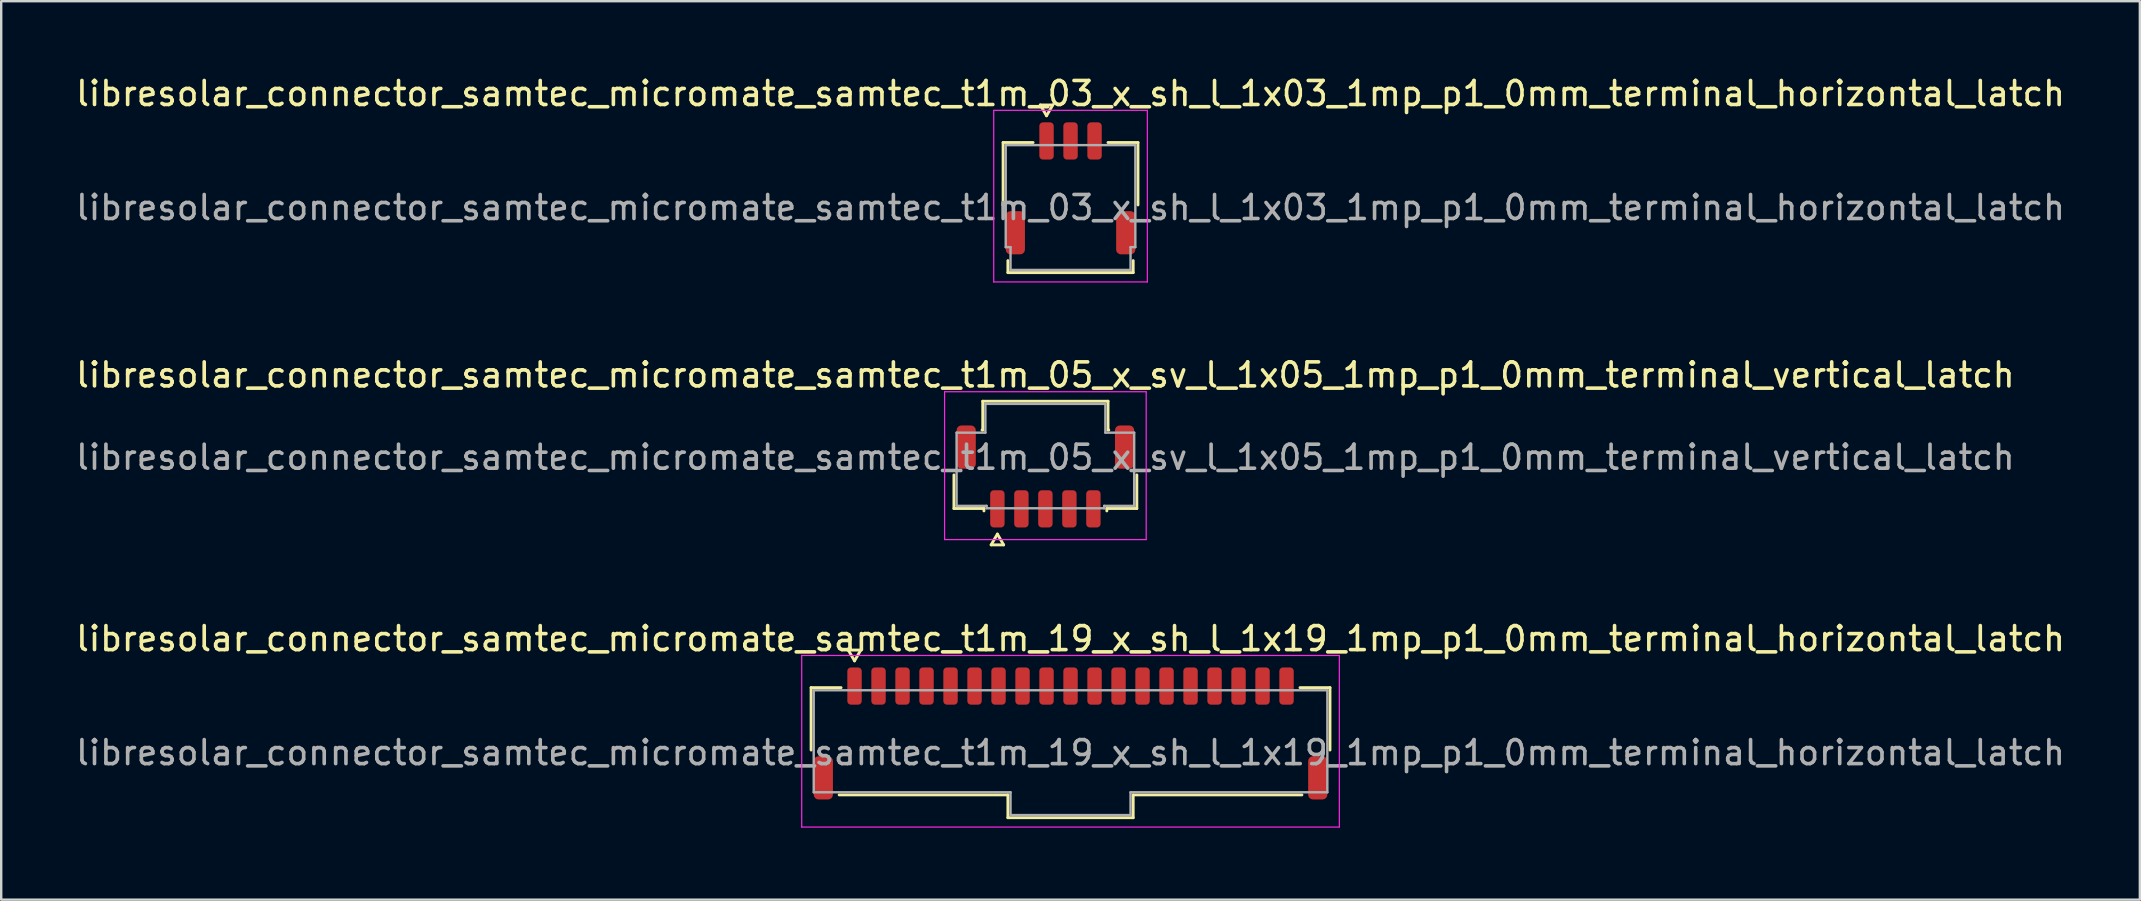
<source format=kicad_pcb>
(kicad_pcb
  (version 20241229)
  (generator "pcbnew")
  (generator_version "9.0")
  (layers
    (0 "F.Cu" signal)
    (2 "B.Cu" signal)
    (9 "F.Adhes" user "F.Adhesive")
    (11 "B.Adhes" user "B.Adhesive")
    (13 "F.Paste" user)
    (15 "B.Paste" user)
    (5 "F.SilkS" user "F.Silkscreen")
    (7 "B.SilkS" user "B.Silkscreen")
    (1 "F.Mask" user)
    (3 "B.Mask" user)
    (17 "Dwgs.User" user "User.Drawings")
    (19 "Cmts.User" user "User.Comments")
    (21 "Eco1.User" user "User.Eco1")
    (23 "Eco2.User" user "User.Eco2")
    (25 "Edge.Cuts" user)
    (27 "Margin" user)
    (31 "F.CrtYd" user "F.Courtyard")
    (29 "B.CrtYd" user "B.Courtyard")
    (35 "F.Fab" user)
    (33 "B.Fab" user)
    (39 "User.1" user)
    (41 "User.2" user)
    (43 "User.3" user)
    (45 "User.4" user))
  (footprint "libresolar_connector_samtec_micromate_samtec_t1m_03_x_sh_l_1x03_1mp_p1_0mm_terminal_horizontal_latch"
    (layer "F.Cu")
    (at 41.554 5.598)
    (property "Reference" "libresolar_connector_samtec_micromate_samtec_t1m_03_x_sh_l_1x03_1mp_p1_0mm_terminal_horizontal_latch" (at 0 -4.75 0) (layer "F.SilkS") (effects (font (size 1 1) (thickness 0.15))))
    (attr smd)
    (fp_line (start -2.81 -2.71) (end -1.56 -2.71) (stroke (width 0.12) (type solid)) (layer "F.SilkS"))
    (fp_line (start -2.81 -0.11) (end -2.81 -2.71) (stroke (width 0.12) (type solid)) (layer "F.SilkS"))
    (fp_line (start -2.61 2.71) (end -2.61 2.21) (stroke (width 0.12) (type solid)) (layer "F.SilkS"))
    (fp_line (start -1.26 -4.275) (end -1 -3.825) (stroke (width 0.12) (type solid)) (layer "F.SilkS"))
    (fp_line (start -1 -3.825) (end -0.74 -4.275) (stroke (width 0.12) (type solid)) (layer "F.SilkS"))
    (fp_line (start -0.74 -4.275) (end -1.26 -4.275) (stroke (width 0.12) (type solid)) (layer "F.SilkS"))
    (fp_line (start 1.56 -2.71) (end 2.81 -2.71) (stroke (width 0.12) (type solid)) (layer "F.SilkS"))
    (fp_line (start 2.61 2.21) (end 2.61 2.71) (stroke (width 0.12) (type solid)) (layer "F.SilkS"))
    (fp_line (start 2.61 2.71) (end -2.61 2.71) (stroke (width 0.12) (type solid)) (layer "F.SilkS"))
    (fp_line (start 2.81 -2.71) (end 2.81 -0.11) (stroke (width 0.12) (type solid)) (layer "F.SilkS"))
    (fp_line (start -3.2 -4.05) (end -3.2 3.1) (stroke (width 0.05) (type solid)) (layer "F.CrtYd"))
    (fp_line (start -3.2 3.1) (end 3.2 3.1) (stroke (width 0.05) (type solid)) (layer "F.CrtYd"))
    (fp_line (start 3.2 -4.05) (end -3.2 -4.05) (stroke (width 0.05) (type solid)) (layer "F.CrtYd"))
    (fp_line (start 3.2 3.1) (end 3.2 -4.05) (stroke (width 0.05) (type solid)) (layer "F.CrtYd"))
    (fp_line (start -2.7 -2.6) (end 2.7 -2.6) (stroke (width 0.1) (type solid)) (layer "F.Fab"))
    (fp_line (start -2.7 1.65) (end -2.7 -2.6) (stroke (width 0.1) (type solid)) (layer "F.Fab"))
    (fp_line (start -2.5 1.65) (end -2.7 1.65) (stroke (width 0.1) (type solid)) (layer "F.Fab"))
    (fp_line (start -2.5 2.6) (end -2.5 1.65) (stroke (width 0.1) (type solid)) (layer "F.Fab"))
    (fp_line (start 2.5 1.65) (end 2.5 2.6) (stroke (width 0.1) (type solid)) (layer "F.Fab"))
    (fp_line (start 2.5 2.6) (end -2.5 2.6) (stroke (width 0.1) (type solid)) (layer "F.Fab"))
    (fp_line (start 2.7 -2.6) (end 2.7 1.65) (stroke (width 0.1) (type solid)) (layer "F.Fab"))
    (fp_line (start 2.7 1.65) (end 2.5 1.65) (stroke (width 0.1) (type solid)) (layer "F.Fab"))
    (fp_text user "${REFERENCE}" (at 0 0 0) (layer "F.Fab") (effects (font (size 1 1) (thickness 0.15))))
    (pad "1" smd roundrect (at -1 -2.775) (size 0.6 1.55) (layers "F.Cu" "F.Mask" "F.Paste") (roundrect_rratio 0.25))
    (pad "2" smd roundrect (at 0 -2.775) (size 0.6 1.55) (layers "F.Cu" "F.Mask" "F.Paste") (roundrect_rratio 0.25))
    (pad "3" smd roundrect (at 1 -2.775) (size 0.6 1.55) (layers "F.Cu" "F.Mask" "F.Paste") (roundrect_rratio 0.25))
    (pad "MP" smd roundrect (at -2.3 1.05) (size 0.8 1.8) (layers "F.Cu" "F.Mask" "F.Paste") (roundrect_rratio 0.25))
    (pad "MP" smd roundrect (at 2.3 1.05) (size 0.8 1.8) (layers "F.Cu" "F.Mask" "F.Paste") (roundrect_rratio 0.25)))
  (footprint "libresolar_connector_samtec_micromate_samtec_t1m_05_x_sv_l_1x05_1mp_p1_0mm_terminal_vertical_latch"
    (layer "F.Cu")
    (at 40.506 16.002)
    (property "Reference" "libresolar_connector_samtec_micromate_samtec_t1m_05_x_sv_l_1x05_1mp_p1_0mm_terminal_vertical_latch" (at 0 -3.43 0) (layer "F.SilkS") (effects (font (size 1 1) (thickness 0.15))))
    (attr smd)
    (fp_line (start -3.81 2.135) (end -3.81 0.735) (stroke (width 0.12) (type solid)) (layer "F.SilkS"))
    (fp_line (start -2.64 -1.135) (end -2.61 -1.135) (stroke (width 0.12) (type solid)) (layer "F.SilkS"))
    (fp_line (start -2.61 -2.335) (end 2.61 -2.335) (stroke (width 0.12) (type solid)) (layer "F.SilkS"))
    (fp_line (start -2.61 -1.135) (end -2.61 -2.335) (stroke (width 0.12) (type solid)) (layer "F.SilkS"))
    (fp_line (start -2.56 2.135) (end -3.81 2.135) (stroke (width 0.12) (type solid)) (layer "F.SilkS"))
    (fp_line (start -2.56 2.235) (end -2.56 2.135) (stroke (width 0.12) (type solid)) (layer "F.SilkS"))
    (fp_line (start -2.26 3.65) (end -2 3.2) (stroke (width 0.12) (type solid)) (layer "F.SilkS"))
    (fp_line (start -2 3.2) (end -1.74 3.65) (stroke (width 0.12) (type solid)) (layer "F.SilkS"))
    (fp_line (start -1.74 3.65) (end -2.26 3.65) (stroke (width 0.12) (type solid)) (layer "F.SilkS"))
    (fp_line (start 2.56 2.135) (end 2.56 2.235) (stroke (width 0.12) (type solid)) (layer "F.SilkS"))
    (fp_line (start 2.61 -2.335) (end 2.61 -1.135) (stroke (width 0.12) (type solid)) (layer "F.SilkS"))
    (fp_line (start 2.61 -1.135) (end 2.64 -1.135) (stroke (width 0.12) (type solid)) (layer "F.SilkS"))
    (fp_line (start 3.81 0.735) (end 3.81 2.135) (stroke (width 0.12) (type solid)) (layer "F.SilkS"))
    (fp_line (start 3.81 2.135) (end 2.56 2.135) (stroke (width 0.12) (type solid)) (layer "F.SilkS"))
    (fp_line (start -4.2 -2.73) (end -4.2 3.43) (stroke (width 0.05) (type solid)) (layer "F.CrtYd"))
    (fp_line (start -4.2 3.43) (end 4.2 3.43) (stroke (width 0.05) (type solid)) (layer "F.CrtYd"))
    (fp_line (start 4.2 -2.73) (end -4.2 -2.73) (stroke (width 0.05) (type solid)) (layer "F.CrtYd"))
    (fp_line (start 4.2 3.43) (end 4.2 -2.73) (stroke (width 0.05) (type solid)) (layer "F.CrtYd"))
    (fp_line (start -3.7 -1.025) (end -2.5 -1.025) (stroke (width 0.1) (type solid)) (layer "F.Fab"))
    (fp_line (start -3.7 2.025) (end -3.7 -1.025) (stroke (width 0.1) (type solid)) (layer "F.Fab"))
    (fp_line (start -2.5 -2.225) (end 2.5 -2.225) (stroke (width 0.1) (type solid)) (layer "F.Fab"))
    (fp_line (start -2.5 -1.025) (end -2.5 -2.225) (stroke (width 0.1) (type solid)) (layer "F.Fab"))
    (fp_line (start -2.45 2.025) (end -3.7 2.025) (stroke (width 0.1) (type solid)) (layer "F.Fab"))
    (fp_line (start -2.45 2.125) (end -2.45 2.025) (stroke (width 0.1) (type solid)) (layer "F.Fab"))
    (fp_line (start 2.45 2.025) (end 2.45 2.125) (stroke (width 0.1) (type solid)) (layer "F.Fab"))
    (fp_line (start 2.45 2.125) (end -2.45 2.125) (stroke (width 0.1) (type solid)) (layer "F.Fab"))
    (fp_line (start 2.5 -2.225) (end 2.5 -1.025) (stroke (width 0.1) (type solid)) (layer "F.Fab"))
    (fp_line (start 2.5 -1.025) (end 3.7 -1.025) (stroke (width 0.1) (type solid)) (layer "F.Fab"))
    (fp_line (start 3.7 -1.025) (end 3.7 2.025) (stroke (width 0.1) (type solid)) (layer "F.Fab"))
    (fp_line (start 3.7 2.025) (end 2.45 2.025) (stroke (width 0.1) (type solid)) (layer "F.Fab"))
    (fp_text user "${REFERENCE}" (at 0 0 0) (layer "F.Fab") (effects (font (size 1 1) (thickness 0.15))))
    (pad "1" smd roundrect (at -2 2.15) (size 0.6 1.55) (layers "F.Cu" "F.Mask" "F.Paste") (roundrect_rratio 0.25))
    (pad "2" smd roundrect (at -1 2.15) (size 0.6 1.55) (layers "F.Cu" "F.Mask" "F.Paste") (roundrect_rratio 0.25))
    (pad "3" smd roundrect (at 0 2.15) (size 0.6 1.55) (layers "F.Cu" "F.Mask" "F.Paste") (roundrect_rratio 0.25))
    (pad "4" smd roundrect (at 1 2.15) (size 0.6 1.55) (layers "F.Cu" "F.Mask" "F.Paste") (roundrect_rratio 0.25))
    (pad "5" smd roundrect (at 2 2.15) (size 0.6 1.55) (layers "F.Cu" "F.Mask" "F.Paste") (roundrect_rratio 0.25))
    (pad "MP" smd roundrect (at -3.3 -0.425) (size 0.8 1.8) (layers "F.Cu" "F.Mask" "F.Paste") (roundrect_rratio 0.25))
    (pad "MP" smd roundrect (at 3.3 -0.425) (size 0.8 1.8) (layers "F.Cu" "F.Mask" "F.Paste") (roundrect_rratio 0.25)))
  (footprint "libresolar_connector_samtec_micromate_samtec_t1m_19_x_sh_l_1x19_1mp_p1_0mm_terminal_horizontal_latch"
    (layer "F.Cu")
    (at 41.554 28.31)
    (property "Reference" "libresolar_connector_samtec_micromate_samtec_t1m_19_x_sh_l_1x19_1mp_p1_0mm_terminal_horizontal_latch" (at 0 -4.75 0) (layer "F.SilkS") (effects (font (size 1 1) (thickness 0.15))))
    (attr smd)
    (fp_line (start -10.81 -2.71) (end -9.56 -2.71) (stroke (width 0.12) (type solid)) (layer "F.SilkS"))
    (fp_line (start -10.81 -0.11) (end -10.81 -2.71) (stroke (width 0.12) (type solid)) (layer "F.SilkS"))
    (fp_line (start -9.26 -4.275) (end -9 -3.825) (stroke (width 0.12) (type solid)) (layer "F.SilkS"))
    (fp_line (start -9 -3.825) (end -8.74 -4.275) (stroke (width 0.12) (type solid)) (layer "F.SilkS"))
    (fp_line (start -8.74 -4.275) (end -9.26 -4.275) (stroke (width 0.12) (type solid)) (layer "F.SilkS"))
    (fp_line (start -2.61 1.76) (end -9.64 1.76) (stroke (width 0.12) (type solid)) (layer "F.SilkS"))
    (fp_line (start -2.61 2.71) (end -2.61 1.76) (stroke (width 0.12) (type solid)) (layer "F.SilkS"))
    (fp_line (start 2.61 1.76) (end 2.61 2.71) (stroke (width 0.12) (type solid)) (layer "F.SilkS"))
    (fp_line (start 2.61 2.71) (end -2.61 2.71) (stroke (width 0.12) (type solid)) (layer "F.SilkS"))
    (fp_line (start 9.56 -2.71) (end 10.81 -2.71) (stroke (width 0.12) (type solid)) (layer "F.SilkS"))
    (fp_line (start 9.64 1.76) (end 2.61 1.76) (stroke (width 0.12) (type solid)) (layer "F.SilkS"))
    (fp_line (start 10.81 -2.71) (end 10.81 -0.11) (stroke (width 0.12) (type solid)) (layer "F.SilkS"))
    (fp_line (start -11.2 -4.05) (end -11.2 3.1) (stroke (width 0.05) (type solid)) (layer "F.CrtYd"))
    (fp_line (start -11.2 3.1) (end 11.2 3.1) (stroke (width 0.05) (type solid)) (layer "F.CrtYd"))
    (fp_line (start 11.2 -4.05) (end -11.2 -4.05) (stroke (width 0.05) (type solid)) (layer "F.CrtYd"))
    (fp_line (start 11.2 3.1) (end 11.2 -4.05) (stroke (width 0.05) (type solid)) (layer "F.CrtYd"))
    (fp_line (start -10.7 -2.6) (end 10.7 -2.6) (stroke (width 0.1) (type solid)) (layer "F.Fab"))
    (fp_line (start -10.7 1.65) (end -10.7 -2.6) (stroke (width 0.1) (type solid)) (layer "F.Fab"))
    (fp_line (start -2.5 1.65) (end -10.7 1.65) (stroke (width 0.1) (type solid)) (layer "F.Fab"))
    (fp_line (start -2.5 2.6) (end -2.5 1.65) (stroke (width 0.1) (type solid)) (layer "F.Fab"))
    (fp_line (start 2.5 1.65) (end 2.5 2.6) (stroke (width 0.1) (type solid)) (layer "F.Fab"))
    (fp_line (start 2.5 2.6) (end -2.5 2.6) (stroke (width 0.1) (type solid)) (layer "F.Fab"))
    (fp_line (start 10.7 -2.6) (end 10.7 1.65) (stroke (width 0.1) (type solid)) (layer "F.Fab"))
    (fp_line (start 10.7 1.65) (end 2.5 1.65) (stroke (width 0.1) (type solid)) (layer "F.Fab"))
    (fp_text user "${REFERENCE}" (at 0 0 0) (layer "F.Fab") (effects (font (size 1 1) (thickness 0.15))))
    (pad "1" smd roundrect (at -9 -2.775) (size 0.6 1.55) (layers "F.Cu" "F.Mask" "F.Paste") (roundrect_rratio 0.25))
    (pad "2" smd roundrect (at -8 -2.775) (size 0.6 1.55) (layers "F.Cu" "F.Mask" "F.Paste") (roundrect_rratio 0.25))
    (pad "3" smd roundrect (at -7 -2.775) (size 0.6 1.55) (layers "F.Cu" "F.Mask" "F.Paste") (roundrect_rratio 0.25))
    (pad "4" smd roundrect (at -6 -2.775) (size 0.6 1.55) (layers "F.Cu" "F.Mask" "F.Paste") (roundrect_rratio 0.25))
    (pad "5" smd roundrect (at -5 -2.775) (size 0.6 1.55) (layers "F.Cu" "F.Mask" "F.Paste") (roundrect_rratio 0.25))
    (pad "6" smd roundrect (at -4 -2.775) (size 0.6 1.55) (layers "F.Cu" "F.Mask" "F.Paste") (roundrect_rratio 0.25))
    (pad "7" smd roundrect (at -3 -2.775) (size 0.6 1.55) (layers "F.Cu" "F.Mask" "F.Paste") (roundrect_rratio 0.25))
    (pad "8" smd roundrect (at -2 -2.775) (size 0.6 1.55) (layers "F.Cu" "F.Mask" "F.Paste") (roundrect_rratio 0.25))
    (pad "9" smd roundrect (at -1 -2.775) (size 0.6 1.55) (layers "F.Cu" "F.Mask" "F.Paste") (roundrect_rratio 0.25))
    (pad "10" smd roundrect (at 0 -2.775) (size 0.6 1.55) (layers "F.Cu" "F.Mask" "F.Paste") (roundrect_rratio 0.25))
    (pad "11" smd roundrect (at 1 -2.775) (size 0.6 1.55) (layers "F.Cu" "F.Mask" "F.Paste") (roundrect_rratio 0.25))
    (pad "12" smd roundrect (at 2 -2.775) (size 0.6 1.55) (layers "F.Cu" "F.Mask" "F.Paste") (roundrect_rratio 0.25))
    (pad "13" smd roundrect (at 3 -2.775) (size 0.6 1.55) (layers "F.Cu" "F.Mask" "F.Paste") (roundrect_rratio 0.25))
    (pad "14" smd roundrect (at 4 -2.775) (size 0.6 1.55) (layers "F.Cu" "F.Mask" "F.Paste") (roundrect_rratio 0.25))
    (pad "15" smd roundrect (at 5 -2.775) (size 0.6 1.55) (layers "F.Cu" "F.Mask" "F.Paste") (roundrect_rratio 0.25))
    (pad "16" smd roundrect (at 6 -2.775) (size 0.6 1.55) (layers "F.Cu" "F.Mask" "F.Paste") (roundrect_rratio 0.25))
    (pad "17" smd roundrect (at 7 -2.775) (size 0.6 1.55) (layers "F.Cu" "F.Mask" "F.Paste") (roundrect_rratio 0.25))
    (pad "18" smd roundrect (at 8 -2.775) (size 0.6 1.55) (layers "F.Cu" "F.Mask" "F.Paste") (roundrect_rratio 0.25))
    (pad "19" smd roundrect (at 9 -2.775) (size 0.6 1.55) (layers "F.Cu" "F.Mask" "F.Paste") (roundrect_rratio 0.25))
    (pad "MP" smd roundrect (at -10.3 1.05) (size 0.8 1.8) (layers "F.Cu" "F.Mask" "F.Paste") (roundrect_rratio 0.25))
    (pad "MP" smd roundrect (at 10.3 1.05) (size 0.8 1.8) (layers "F.Cu" "F.Mask" "F.Paste") (roundrect_rratio 0.25)))
  (gr_rect
    (start -3 -3)
    (end 86.107 34.435)
    (stroke (width 0.1) (type default))
    (fill no)
    (layer "Edge.Cuts")))
</source>
